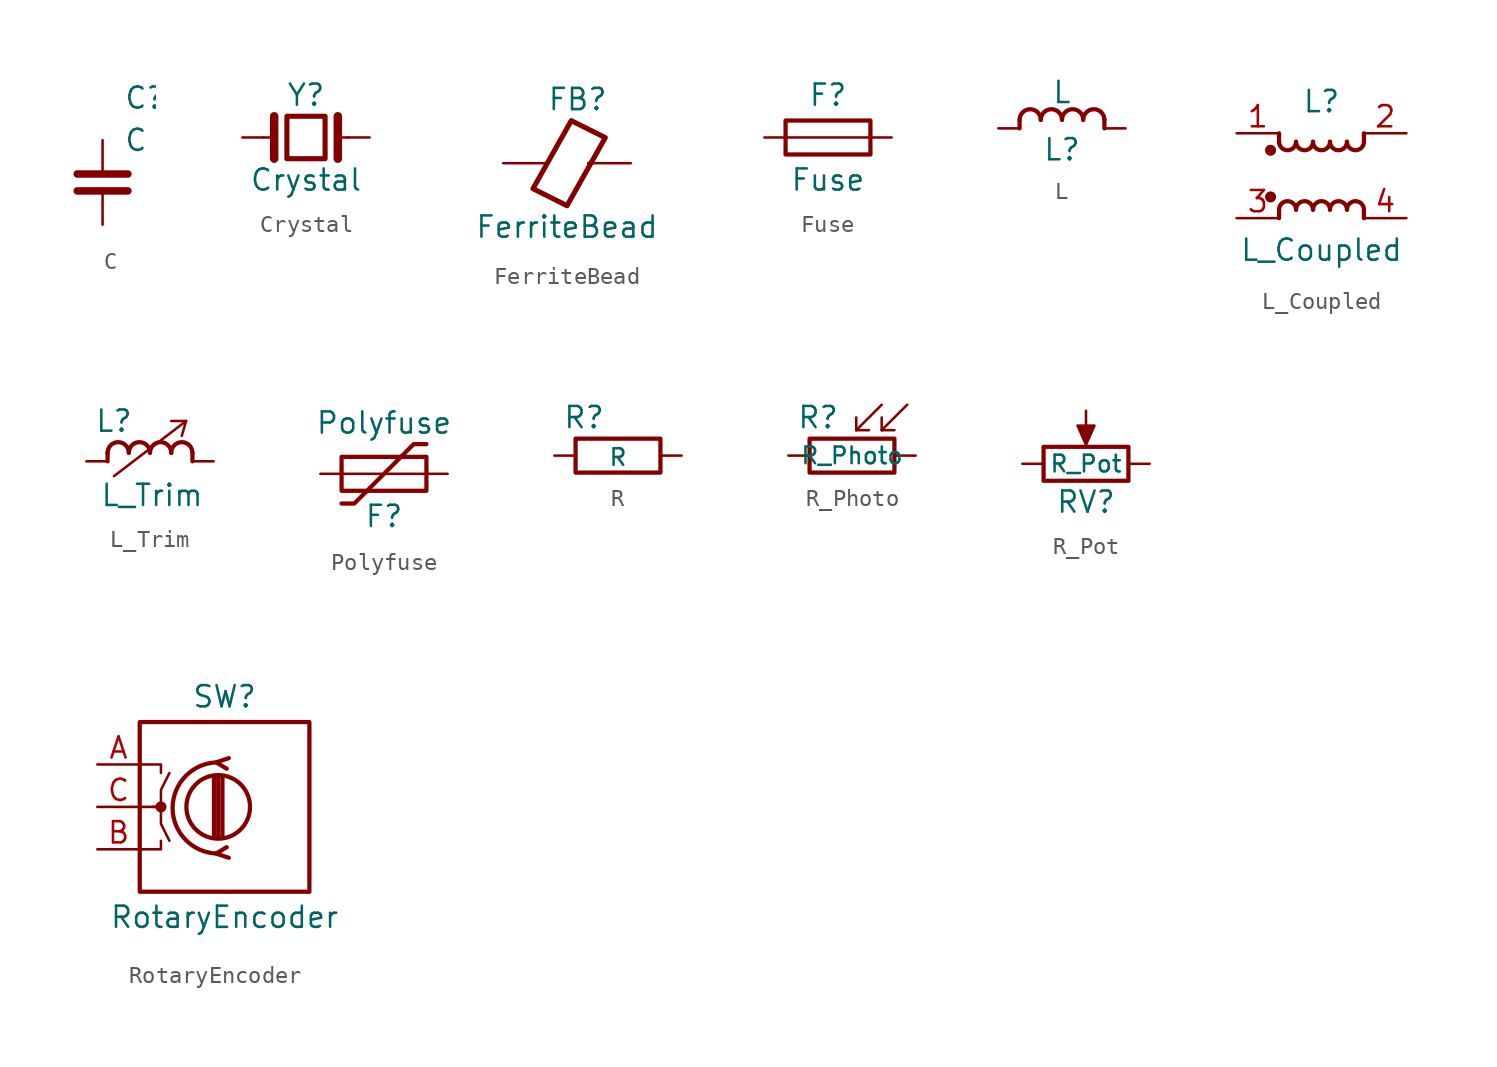
<source format=kicad_sym>
(kicad_symbol_lib
  (version 20220914)
  (generator kicad_symbol_editor)
  (symbol "C"
    (pin_numbers hide)
    (pin_names
      (offset 0.254) hide)
    (property "Reference" "C"
      (at 1.27 5.08 0)
      (effects (font (size 1.27 1.27)) (justify left)))
    (property "Value" "C"
      (at 1.27 2.54 0)
      (effects (font (size 1.27 1.27)) (justify left)))
    (symbol "C_1_1"
      (polyline (pts (xy -1.524 -0.508) (xy 1.524 -0.508)) (stroke (width 0.45) (type default)) (fill (type none)))
      (polyline (pts (xy -1.524 0.508) (xy 1.524 0.508)) (stroke (width 0.45) (type default)) (fill (type none)))
      (pin passive line (at 0 2.54 270) (length 2.032) (name "~" (effects (font (size 1.27 1.27)))) (number "1" (effects (font (size 1.27 1.27)))))
      (pin passive line (at 0 -2.54 90) (length 2.032) (name "~" (effects (font (size 1.27 1.27)))) (number "2" (effects (font (size 1.27 1.27)))))))
  (symbol "Crystal"
    (pin_numbers hide)
    (pin_names
      (offset 1.016) hide)
    (property "Reference" "Y"
      (at 0 2.54 0)
      (effects (font (size 1.27 1.27))))
    (property "Value" "Crystal"
      (at 0 -2.54 0)
      (effects (font (size 1.27 1.27))))
    (symbol "Crystal_0_1"
      (rectangle (start -1.143 1.27) (end 1.143 -1.27) (stroke (width 0.305) (type default)) (fill (type none)))
      (polyline (pts (xy -2.54 0) (xy -1.905 0)) (stroke (width 0) (type default)) (fill (type none)))
      (polyline (pts (xy -1.905 -1.27) (xy -1.905 1.27)) (stroke (width 0.508) (type default)) (fill (type none)))
      (polyline (pts (xy 1.905 -1.27) (xy 1.905 1.27)) (stroke (width 0.508) (type default)) (fill (type none)))
      (polyline (pts (xy 2.54 0) (xy 1.905 0)) (stroke (width 0) (type default)) (fill (type none))))
    (symbol "Crystal_1_1"
      (pin passive line (at -3.81 0 0) (length 1.27) (name "1" (effects (font (size 1.27 1.27)))) (number "1" (effects (font (size 1.27 1.27)))))
      (pin passive line (at 3.81 0 180) (length 1.27) (name "2" (effects (font (size 1.27 1.27)))) (number "2" (effects (font (size 1.27 1.27)))))))
  (symbol "FerriteBead"
    (pin_numbers hide)
    (pin_names
      (offset 0))
    (property "Reference" "FB"
      (at 0.635 3.81 0)
      (effects (font (size 1.27 1.27))))
    (property "Value" "FerriteBead"
      (at 0 -3.81 0)
      (effects (font (size 1.27 1.27))))
    (symbol "FerriteBead_0_1"
      (polyline (pts (xy -1.27 0) (xy -1.219 0)) (stroke (width 0) (type default)) (fill (type none)))
      (polyline (pts (xy 1.27 0) (xy 1.295 0)) (stroke (width 0) (type default)) (fill (type none))))
    (symbol "FerriteBead_1_1"
      (polyline (pts (xy 0.254 2.54) (xy 2.286 1.524) (xy 0 -2.54) (xy -2.032 -1.524) (xy 0.254 2.54)) (stroke (width 0.305) (type default)) (fill (type none)))
      (pin passive line (at 3.81 0 180) (length 2.54) (name "~" (effects (font (size 1.27 1.27)))) (number "1" (effects (font (size 1.27 1.27)))))
      (pin passive line (at -3.81 0 0) (length 2.54) (name "~" (effects (font (size 1.27 1.27)))) (number "2" (effects (font (size 1.27 1.27)))))))
  (symbol "Fuse"
    (pin_numbers hide)
    (pin_names
      (offset 0))
    (property "Reference" "F"
      (at 0 2.54 0)
      (effects (font (size 1.27 1.27))))
    (property "Value" "Fuse"
      (at 0 -2.54 0)
      (effects (font (size 1.27 1.27))))
    (symbol "Fuse_0_1"
      (polyline (pts (xy -2.54 0) (xy 2.54 0)) (stroke (width 0) (type default)) (fill (type none))))
    (symbol "Fuse_1_1"
      (rectangle (start -2.54 -1.016) (end 2.54 1.016) (stroke (width 0.254) (type default)) (fill (type none)))
      (pin passive line (at -3.81 0 0) (length 1.27) (name "~" (effects (font (size 1.27 1.27)))) (number "1" (effects (font (size 1.27 1.27)))))
      (pin passive line (at 3.81 0 180) (length 1.27) (name "~" (effects (font (size 1.27 1.27)))) (number "2" (effects (font (size 1.27 1.27)))))))
  (symbol "L"
    (pin_numbers hide)
    (pin_names
      (offset 1.016) hide)
    (property "Reference" "L"
      (at 0 -1.27 0)
      (effects (font (size 1.27 1.27))))
    (property "Value" "L"
      (at 0 2.159 0)
      (effects (font (size 1.27 1.27))))
    (symbol "L_1_1"
      (arc (start -1.27 0.5107) (mid -1.905 1.143) (end -2.54 0.5107) (stroke (width 0.254) (type default)) (fill (type none)))
      (polyline (pts (xy -2.54 0.508) (xy -2.54 0)) (stroke (width 0.254) (type default)) (fill (type none)))
      (polyline (pts (xy 2.54 0.508) (xy 2.54 0)) (stroke (width 0.254) (type default)) (fill (type none)))
      (arc (start 0 0.5107) (mid -0.635 1.143) (end -1.27 0.5107) (stroke (width 0.254) (type default)) (fill (type none)))
      (arc (start 1.27 0.5107) (mid 0.635 1.143) (end 0 0.5107) (stroke (width 0.254) (type default)) (fill (type none)))
      (arc (start 2.54 0.5107) (mid 1.905 1.143) (end 1.27 0.5107) (stroke (width 0.254) (type default)) (fill (type none)))
      (pin passive line (at -3.81 0 0) (length 1.27) (name "1" (effects (font (size 1.27 1.27)))) (number "1" (effects (font (size 1.27 1.27)))))
      (pin passive line (at 3.81 0 180) (length 1.27) (name "2" (effects (font (size 1.27 1.27)))) (number "2" (effects (font (size 1.27 1.27)))))))
  (symbol "L_Coupled"
    (pin_names
      (offset 0.254) hide)
    (property "Reference" "L"
      (at 0 4.445 0)
      (effects (font (size 1.27 1.27))))
    (property "Value" "L_Coupled"
      (at 0 -4.445 0)
      (effects (font (size 1.27 1.27))))
    (symbol "L_Coupled_0_1"
      (circle (center -3.048 -1.27) (radius 0.254) (stroke (width 0) (type default)) (fill (type outline)))
      (circle (center -3.048 1.524) (radius 0.254) (stroke (width 0) (type default)) (fill (type outline))))
    (symbol "L_Coupled_1_1"
      (arc (start -2.54 2.032) (mid -2.032 1.5262) (end -1.524 2.032) (stroke (width 0.254) (type default)) (fill (type none)))
      (arc (start -1.524 -2.032) (mid -2.032 -1.5262) (end -2.54 -2.032) (stroke (width 0.254) (type default)) (fill (type none)))
      (arc (start -1.524 2.032) (mid -1.016 1.5262) (end -0.508 2.032) (stroke (width 0.254) (type default)) (fill (type none)))
      (arc (start -0.508 -2.032) (mid -1.016 -1.5262) (end -1.524 -2.032) (stroke (width 0.254) (type default)) (fill (type none)))
      (arc (start -0.508 2.032) (mid 0 1.5262) (end 0.508 2.032) (stroke (width 0.254) (type default)) (fill (type none)))
      (polyline (pts (xy -2.54 -2.032) (xy -2.54 -2.54)) (stroke (width 0.254) (type default)) (fill (type none)))
      (polyline (pts (xy -2.54 2.032) (xy -2.54 2.54)) (stroke (width 0.254) (type default)) (fill (type none)))
      (polyline (pts (xy 2.54 -2.032) (xy 2.54 -2.54)) (stroke (width 0.254) (type default)) (fill (type none)))
      (polyline (pts (xy 2.54 2.54) (xy 2.54 2.032)) (stroke (width 0.254) (type default)) (fill (type none)))
      (arc (start 0.508 -2.032) (mid 0 -1.5262) (end -0.508 -2.032) (stroke (width 0.254) (type default)) (fill (type none)))
      (arc (start 0.508 2.032) (mid 1.016 1.5262) (end 1.524 2.032) (stroke (width 0.254) (type default)) (fill (type none)))
      (arc (start 1.524 -2.032) (mid 1.016 -1.5262) (end 0.508 -2.032) (stroke (width 0.254) (type default)) (fill (type none)))
      (arc (start 1.524 2.032) (mid 2.032 1.5262) (end 2.54 2.032) (stroke (width 0.254) (type default)) (fill (type none)))
      (arc (start 2.54 -2.032) (mid 2.032 -1.5262) (end 1.524 -2.032) (stroke (width 0.254) (type default)) (fill (type none)))
      (pin passive line (at -5.08 2.54 0) (length 2.54) (name "1" (effects (font (size 1.27 1.27)))) (number "1" (effects (font (size 1.27 1.27)))))
      (pin passive line (at 5.08 2.54 180) (length 2.54) (name "2" (effects (font (size 1.27 1.27)))) (number "2" (effects (font (size 1.27 1.27)))))
      (pin passive line (at -5.08 -2.54 0) (length 2.54) (name "3" (effects (font (size 1.27 1.27)))) (number "3" (effects (font (size 1.27 1.27)))))
      (pin passive line (at 5.08 -2.54 180) (length 2.54) (name "4" (effects (font (size 1.27 1.27)))) (number "4" (effects (font (size 1.27 1.27)))))))
  (symbol "L_Trim"
    (pin_numbers hide)
    (pin_names
      (offset 1.016) hide)
    (property "Reference" "L"
      (at -2.286 2.413 0)
      (effects (font (size 1.27 1.27))))
    (property "Value" "L_Trim"
      (at 0 -2.032 0)
      (effects (font (size 1.27 1.27))))
    (symbol "L_Trim_0_1"
      (polyline (pts (xy -2.286 -0.889) (xy 2.032 2.413)) (stroke (width 0) (type default)) (fill (type none)))
      (polyline (pts (xy 2.032 2.413) (xy 1.143 2.413)) (stroke (width 0) (type default)) (fill (type none)))
      (polyline (pts (xy 2.032 2.413) (xy 1.778 1.524)) (stroke (width 0) (type default)) (fill (type none))))
    (symbol "L_Trim_1_1"
      (arc (start -1.397 0.5107) (mid -2.032 1.143) (end -2.667 0.5107) (stroke (width 0.254) (type default)) (fill (type none)))
      (arc (start -0.127 0.5107) (mid -0.762 1.143) (end -1.397 0.5107) (stroke (width 0.254) (type default)) (fill (type none)))
      (polyline (pts (xy -2.667 0.508) (xy -2.667 0)) (stroke (width 0.254) (type default)) (fill (type none)))
      (polyline (pts (xy 2.413 0.508) (xy 2.413 0)) (stroke (width 0.254) (type default)) (fill (type none)))
      (arc (start 1.143 0.5107) (mid 0.508 1.143) (end -0.127 0.5107) (stroke (width 0.254) (type default)) (fill (type none)))
      (arc (start 2.413 0.5107) (mid 1.778 1.143) (end 1.143 0.5107) (stroke (width 0.254) (type default)) (fill (type none)))
      (pin passive line (at -3.937 0 0) (length 1.27) (name "1" (effects (font (size 1.27 1.27)))) (number "1" (effects (font (size 1.27 1.27)))))
      (pin passive line (at 3.683 0 180) (length 1.27) (name "2" (effects (font (size 1.27 1.27)))) (number "2" (effects (font (size 1.27 1.27)))))))
  (symbol "Polyfuse"
    (pin_numbers hide)
    (pin_names
      (offset 0))
    (property "Reference" "F"
      (at 0 -2.54 0)
      (effects (font (size 1.27 1.27))))
    (property "Value" "Polyfuse"
      (at 0 3.048 0)
      (effects (font (size 1.27 1.27))))
    (symbol "Polyfuse_0_1"
      (rectangle (start -2.54 1.016) (end 2.54 -1.016) (stroke (width 0.254) (type default)) (fill (type none)))
      (polyline (pts (xy -2.54 0) (xy 2.54 0)) (stroke (width 0) (type default)) (fill (type none))))
    (symbol "Polyfuse_1_1"
      (polyline (pts (xy -2.54 -1.778) (xy -1.778 -1.778) (xy 1.778 1.778) (xy 2.54 1.778)) (stroke (width 0.254) (type default)) (fill (type none)))
      (pin passive line (at -3.81 0 0) (length 1.27) (name "~" (effects (font (size 1.27 1.27)))) (number "1" (effects (font (size 1.27 1.27)))))
      (pin passive line (at 3.81 0 180) (length 1.27) (name "~" (effects (font (size 1.27 1.27)))) (number "2" (effects (font (size 1.27 1.27)))))))
  (symbol "R"
    (pin_numbers hide)
    (pin_names
      (offset 0))
    (property "Reference" "R"
      (at -2.032 2.286 0)
      (do_not_autoplace)
      (effects (font (size 1.27 1.27))))
    (property "Value" "R"
      (at 0 -0.1 0)
      (do_not_autoplace)
      (effects (font (size 1 1))))
    (symbol "R_1_1"
      (rectangle (start -2.54 1.016) (end 2.54 -1.016) (stroke (width 0.254) (type default)) (fill (type none)))
      (pin passive line (at -3.81 0 0) (length 1.27) (name "~" (effects (font (size 1.27 1.27)))) (number "1" (effects (font (size 1.27 1.27)))))
      (pin passive line (at 3.81 0 180) (length 1.27) (name "~" (effects (font (size 1.27 1.27)))) (number "2" (effects (font (size 1.27 1.27)))))))
  (symbol "R_Photo"
    (pin_numbers hide)
    (pin_names
      (offset 0))
    (property "Reference" "R"
      (at -2.032 2.286 0)
      (do_not_autoplace)
      (effects (font (size 1.27 1.27))))
    (property "Value" "R_Photo"
      (at 0 0 0)
      (do_not_autoplace)
      (effects (font (size 1 1))))
    (symbol "R_Photo_0_1"
      (rectangle (start -2.54 -1.016) (end 2.54 1.016) (stroke (width 0.254) (type default)) (fill (type none)))
      (polyline (pts (xy 0.254 1.524) (xy 0.254 2.286)) (stroke (width 0) (type default)) (fill (type none)))
      (polyline (pts (xy 0.254 1.524) (xy 1.016 1.524)) (stroke (width 0) (type default)) (fill (type none)))
      (polyline (pts (xy 0.254 1.524) (xy 1.778 3.048)) (stroke (width 0) (type default)) (fill (type none)))
      (polyline (pts (xy 1.778 1.524) (xy 1.778 2.286)) (stroke (width 0) (type default)) (fill (type none)))
      (polyline (pts (xy 1.778 1.524) (xy 2.54 1.524)) (stroke (width 0) (type default)) (fill (type none)))
      (polyline (pts (xy 1.778 1.524) (xy 3.302 3.048)) (stroke (width 0) (type default)) (fill (type none))))
    (symbol "R_Photo_1_1"
      (pin passive line (at -3.81 0 0) (length 1.27) (name "~" (effects (font (size 1.27 1.27)))) (number "1" (effects (font (size 1.27 1.27)))))
      (pin passive line (at 3.81 0 180) (length 1.27) (name "~" (effects (font (size 1.27 1.27)))) (number "2" (effects (font (size 1.27 1.27)))))))
  (symbol "R_Pot"
    (pin_numbers hide)
    (pin_names
      (offset 1.016) hide)
    (property "Reference" "RV"
      (at 0 -2.286 0)
      (do_not_autoplace)
      (effects (font (size 1.27 1.27))))
    (property "Value" "R_Pot"
      (at 0 0 0)
      (do_not_autoplace)
      (effects (font (size 1 1))))
    (symbol "R_Pot_0_1"
      (rectangle (start -2.54 -1.016) (end 2.54 1.016) (stroke (width 0.254) (type default)) (fill (type none)))
      (polyline (pts (xy 0 2.54) (xy 0 1.524)) (stroke (width 0) (type default)) (fill (type none)))
      (polyline (pts (xy 0 1.143) (xy -0.508 2.286) (xy 0.508 2.286) (xy 0 1.143)) (stroke (width 0) (type default)) (fill (type outline))))
    (symbol "R_Pot_1_1"
      (pin passive line (at -3.81 0 0) (length 1.27) (name "~" (effects (font (size 1.27 1.27)))) (number "1" (effects (font (size 1.27 1.27)))))
      (pin passive line (at 0 3.175 270) (length 0.635) (name "~" (effects (font (size 1.27 1.27)))) (number "2" (effects (font (size 1.27 1.27)))))
      (pin passive line (at 3.81 0 180) (length 1.27) (name "~" (effects (font (size 1.27 1.27)))) (number "3" (effects (font (size 1.27 1.27)))))))
  (symbol "RotaryEncoder"
    (pin_names
      (offset 0.254) hide)
    (property "Reference" "SW"
      (at 0 6.604 0)
      (effects (font (size 1.27 1.27))))
    (property "Value" "RotaryEncoder"
      (at 0 -6.604 0)
      (effects (font (size 1.27 1.27))))
    (symbol "RotaryEncoder_0_1"
      (circle (center -3.81 0) (radius 0.254) (stroke (width 0) (type default)) (fill (type outline)))
      (circle (center -0.381 0) (radius 1.905) (stroke (width 0.254) (type default)) (fill (type none)))
      (arc (start -0.381 2.667) (mid -3.0988 -0.0635) (end -0.381 -2.794) (stroke (width 0.254) (type default)) (fill (type none)))
      (polyline (pts (xy -0.635 -1.778) (xy -0.635 1.778)) (stroke (width 0.254) (type default)) (fill (type none)))
      (polyline (pts (xy -0.381 -1.778) (xy -0.381 1.778)) (stroke (width 0.254) (type default)) (fill (type none)))
      (polyline (pts (xy -0.127 1.778) (xy -0.127 -1.778)) (stroke (width 0.254) (type default)) (fill (type none)))
      (polyline (pts (xy -5.08 -2.54) (xy -3.81 -2.54) (xy -3.81 -2.032)) (stroke (width 0) (type default)) (fill (type none)))
      (polyline (pts (xy -5.08 2.54) (xy -3.81 2.54) (xy -3.81 2.032)) (stroke (width 0) (type default)) (fill (type none)))
      (polyline (pts (xy 0.254 -3.048) (xy -0.508 -2.794) (xy 0.127 -2.413)) (stroke (width 0.254) (type default)) (fill (type none)))
      (polyline (pts (xy 0.254 2.921) (xy -0.508 2.667) (xy 0.127 2.286)) (stroke (width 0.254) (type default)) (fill (type none)))
      (polyline (pts (xy -5.08 0) (xy -3.81 0) (xy -3.81 -1.016) (xy -3.302 -2.032)) (stroke (width 0) (type default)) (fill (type none)))
      (polyline (pts (xy -4.318 0) (xy -3.81 0) (xy -3.81 1.016) (xy -3.302 2.032)) (stroke (width 0) (type default)) (fill (type none))))
    (symbol "RotaryEncoder_1_1"
      (rectangle (start -5.08 5.08) (end 5.08 -5.08) (stroke (width 0.254) (type default)) (fill (type none)))
      (pin passive line (at -7.62 2.54 0) (length 2.54) (name "A" (effects (font (size 1.27 1.27)))) (number "A" (effects (font (size 1.27 1.27)))))
      (pin passive line (at -7.62 -2.54 0) (length 2.54) (name "B" (effects (font (size 1.27 1.27)))) (number "B" (effects (font (size 1.27 1.27)))))
      (pin passive line (at -7.62 0 0) (length 2.54) (name "C" (effects (font (size 1.27 1.27)))) (number "C" (effects (font (size 1.27 1.27))))))))
</source>
